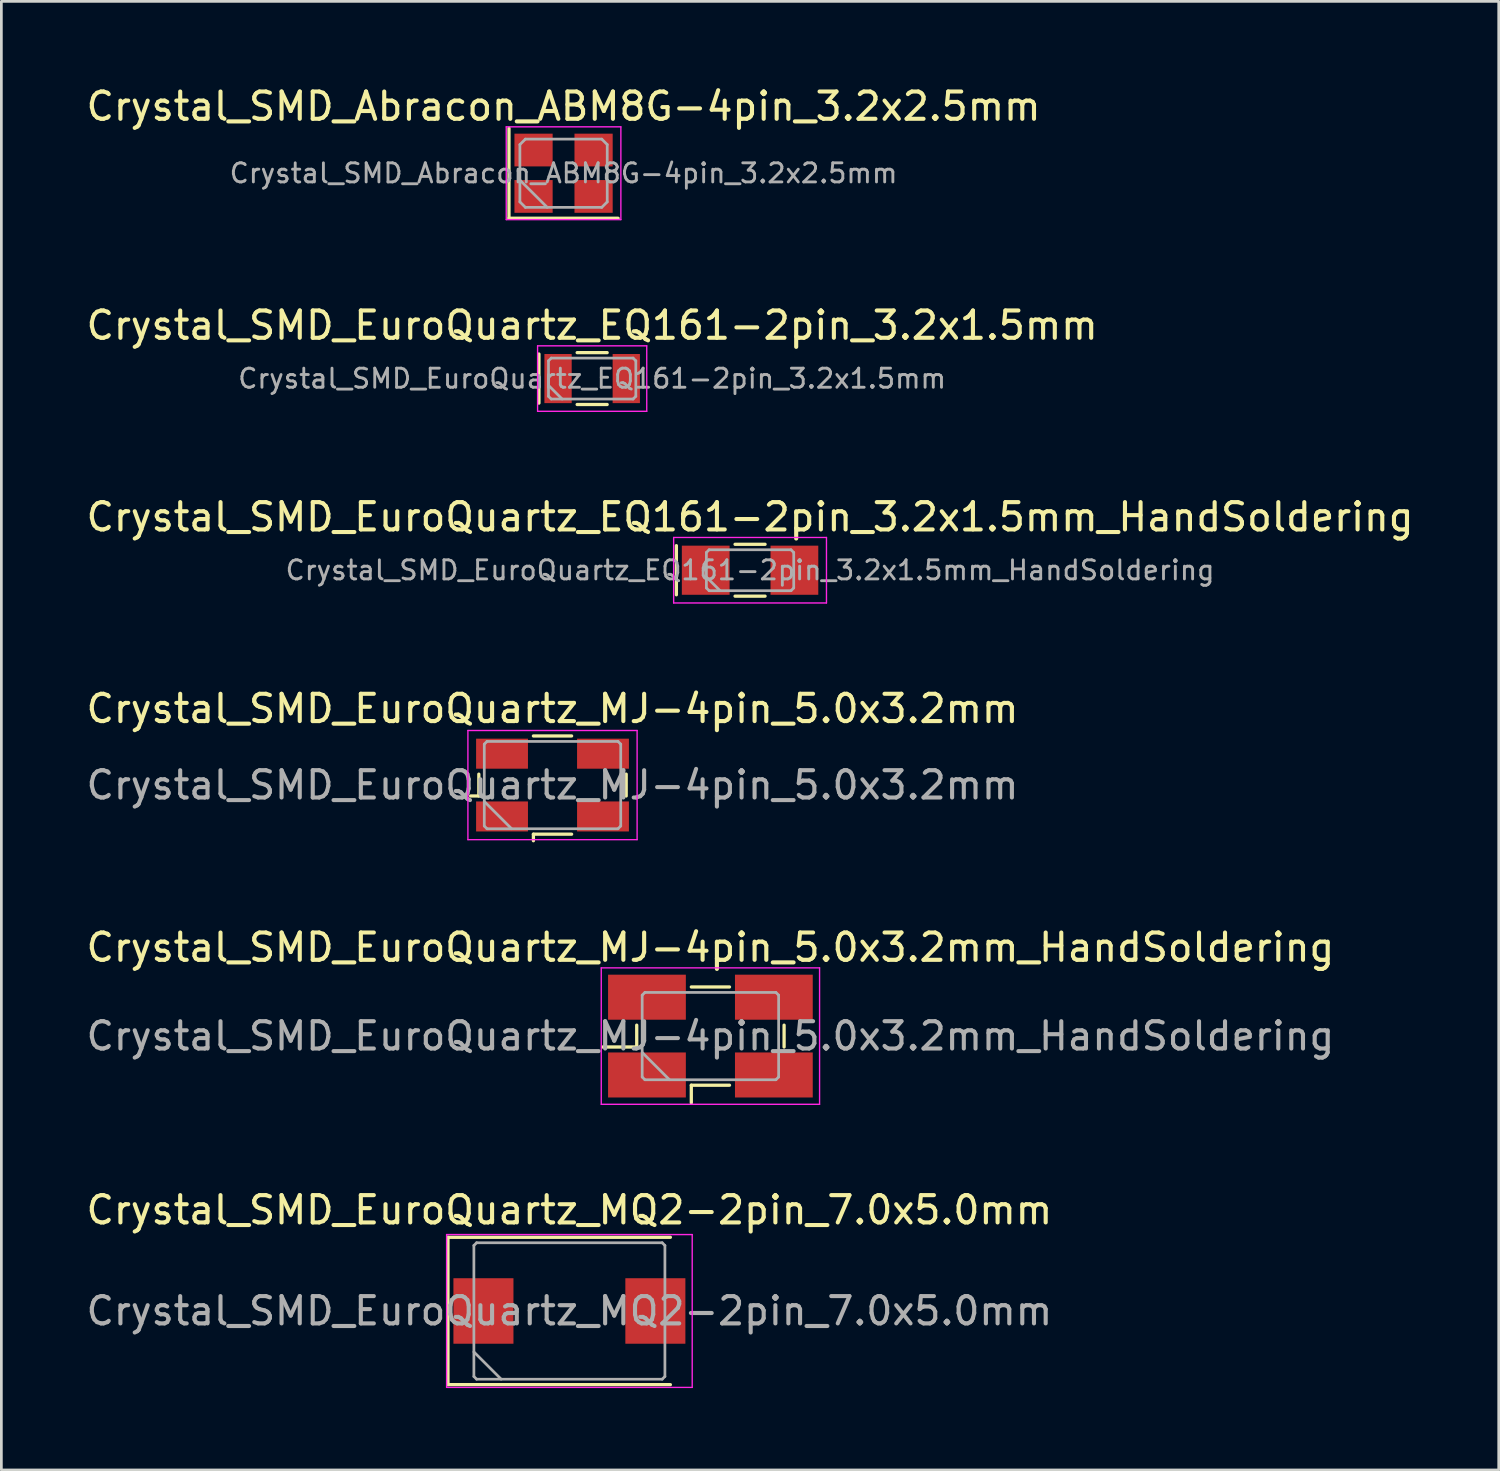
<source format=kicad_pcb>
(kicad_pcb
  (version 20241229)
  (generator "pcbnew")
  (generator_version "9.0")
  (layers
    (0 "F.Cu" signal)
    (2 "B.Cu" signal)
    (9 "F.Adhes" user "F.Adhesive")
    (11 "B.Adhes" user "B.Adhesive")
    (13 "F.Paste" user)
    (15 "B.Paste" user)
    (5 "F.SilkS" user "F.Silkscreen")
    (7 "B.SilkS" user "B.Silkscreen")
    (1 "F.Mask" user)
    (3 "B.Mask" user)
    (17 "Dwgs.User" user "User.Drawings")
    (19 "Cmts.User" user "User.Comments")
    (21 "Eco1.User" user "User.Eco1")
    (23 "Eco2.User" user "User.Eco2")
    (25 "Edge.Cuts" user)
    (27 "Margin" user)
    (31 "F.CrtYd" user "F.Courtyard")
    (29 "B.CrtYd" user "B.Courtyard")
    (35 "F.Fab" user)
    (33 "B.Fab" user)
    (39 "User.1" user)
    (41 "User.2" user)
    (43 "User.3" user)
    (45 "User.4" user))
  (footprint "Crystal_SMD_EuroQuartz_EQ161-2pin_3.2x1.5mm_HandSoldering"
    (layer "F.Cu")
    (at 24.435 17.845)
    (property "Reference" "Crystal_SMD_EuroQuartz_EQ161-2pin_3.2x1.5mm_HandSoldering" (at 0 -1.95 0) (layer "F.SilkS") (effects (font (size 1 1) (thickness 0.15))))
    (attr smd)
    (fp_line (start -2.7 -0.9) (end -2.7 0.9) (stroke (width 0.12) (type solid)) (layer "F.SilkS"))
    (fp_line (start -0.55 -0.95) (end 0.55 -0.95) (stroke (width 0.12) (type solid)) (layer "F.SilkS"))
    (fp_line (start -0.55 0.95) (end 0.55 0.95) (stroke (width 0.12) (type solid)) (layer "F.SilkS"))
    (fp_line (start -2.8 -1.2) (end -2.8 1.2) (stroke (width 0.05) (type solid)) (layer "F.CrtYd"))
    (fp_line (start -2.8 1.2) (end 2.8 1.2) (stroke (width 0.05) (type solid)) (layer "F.CrtYd"))
    (fp_line (start 2.8 -1.2) (end -2.8 -1.2) (stroke (width 0.05) (type solid)) (layer "F.CrtYd"))
    (fp_line (start 2.8 1.2) (end 2.8 -1.2) (stroke (width 0.05) (type solid)) (layer "F.CrtYd"))
    (fp_line (start -1.6 -0.65) (end -1.5 -0.75) (stroke (width 0.1) (type solid)) (layer "F.Fab"))
    (fp_line (start -1.6 0.25) (end -1.1 0.75) (stroke (width 0.1) (type solid)) (layer "F.Fab"))
    (fp_line (start -1.6 0.65) (end -1.6 -0.65) (stroke (width 0.1) (type solid)) (layer "F.Fab"))
    (fp_line (start -1.5 -0.75) (end 1.5 -0.75) (stroke (width 0.1) (type solid)) (layer "F.Fab"))
    (fp_line (start -1.5 0.75) (end -1.6 0.65) (stroke (width 0.1) (type solid)) (layer "F.Fab"))
    (fp_line (start 1.5 -0.75) (end 1.6 -0.65) (stroke (width 0.1) (type solid)) (layer "F.Fab"))
    (fp_line (start 1.5 0.75) (end -1.5 0.75) (stroke (width 0.1) (type solid)) (layer "F.Fab"))
    (fp_line (start 1.6 -0.65) (end 1.6 0.65) (stroke (width 0.1) (type solid)) (layer "F.Fab"))
    (fp_line (start 1.6 0.65) (end 1.5 0.75) (stroke (width 0.1) (type solid)) (layer "F.Fab"))
    (fp_text user "${REFERENCE}" (at 0 0 0) (layer "F.Fab") (effects (font (size 0.7 0.7) (thickness 0.105))))
    (pad "1" smd rect (at -1.625 0) (size 1.75 1.8) (layers "F.Cu" "F.Mask" "F.Paste"))
    (pad "2" smd rect (at 1.625 0) (size 1.75 1.8) (layers "F.Cu" "F.Mask" "F.Paste")))
  (footprint "Crystal_SMD_Abracon_ABM8G-4pin_3.2x2.5mm"
    (layer "F.Cu")
    (at 17.601 3.298)
    (property "Reference" "Crystal_SMD_Abracon_ABM8G-4pin_3.2x2.5mm" (at 0 -2.45 0) (layer "F.SilkS") (effects (font (size 1 1) (thickness 0.15))))
    (attr smd)
    (fp_line (start -2 -1.65) (end -2 1.65) (stroke (width 0.12) (type solid)) (layer "F.SilkS"))
    (fp_line (start -2 1.65) (end 2 1.65) (stroke (width 0.12) (type solid)) (layer "F.SilkS"))
    (fp_line (start -2.1 -1.7) (end -2.1 1.7) (stroke (width 0.05) (type solid)) (layer "F.CrtYd"))
    (fp_line (start -2.1 1.7) (end 2.1 1.7) (stroke (width 0.05) (type solid)) (layer "F.CrtYd"))
    (fp_line (start 2.1 -1.7) (end -2.1 -1.7) (stroke (width 0.05) (type solid)) (layer "F.CrtYd"))
    (fp_line (start 2.1 1.7) (end 2.1 -1.7) (stroke (width 0.05) (type solid)) (layer "F.CrtYd"))
    (fp_line (start -1.6 -1.05) (end -1.4 -1.25) (stroke (width 0.1) (type solid)) (layer "F.Fab"))
    (fp_line (start -1.6 0.25) (end -0.6 1.25) (stroke (width 0.1) (type solid)) (layer "F.Fab"))
    (fp_line (start -1.6 1.05) (end -1.6 -1.05) (stroke (width 0.1) (type solid)) (layer "F.Fab"))
    (fp_line (start -1.4 -1.25) (end 1.4 -1.25) (stroke (width 0.1) (type solid)) (layer "F.Fab"))
    (fp_line (start -1.4 1.25) (end -1.6 1.05) (stroke (width 0.1) (type solid)) (layer "F.Fab"))
    (fp_line (start 1.4 -1.25) (end 1.6 -1.05) (stroke (width 0.1) (type solid)) (layer "F.Fab"))
    (fp_line (start 1.4 1.25) (end -1.4 1.25) (stroke (width 0.1) (type solid)) (layer "F.Fab"))
    (fp_line (start 1.6 -1.05) (end 1.6 1.05) (stroke (width 0.1) (type solid)) (layer "F.Fab"))
    (fp_line (start 1.6 1.05) (end 1.4 1.25) (stroke (width 0.1) (type solid)) (layer "F.Fab"))
    (fp_text user "${REFERENCE}" (at 0 0 0) (layer "F.Fab") (effects (font (size 0.7 0.7) (thickness 0.105))))
    (pad "1" smd rect (at -1.1 0.85) (size 1.4 1.2) (layers "F.Cu" "F.Mask" "F.Paste"))
    (pad "2" smd rect (at 1.1 0.85) (size 1.4 1.2) (layers "F.Cu" "F.Mask" "F.Paste"))
    (pad "3" smd rect (at 1.1 -0.85) (size 1.4 1.2) (layers "F.Cu" "F.Mask" "F.Paste"))
    (pad "4" smd rect (at -1.1 -0.85) (size 1.4 1.2) (layers "F.Cu" "F.Mask" "F.Paste")))
  (footprint "Crystal_SMD_EuroQuartz_MJ-4pin_5.0x3.2mm_HandSoldering"
    (layer "F.Cu")
    (at 22.982 34.916)
    (property "Reference" "Crystal_SMD_EuroQuartz_MJ-4pin_5.0x3.2mm_HandSoldering" (at 0 -3.25 0) (layer "F.SilkS") (effects (font (size 1 1) (thickness 0.15))))
    (attr smd)
    (fp_line (start -3.95 0.4) (end -2.7 0.4) (stroke (width 0.12) (type solid)) (layer "F.SilkS"))
    (fp_line (start -2.7 0.4) (end -2.7 -0.4) (stroke (width 0.12) (type solid)) (layer "F.SilkS"))
    (fp_line (start -0.7 -1.8) (end 0.7 -1.8) (stroke (width 0.12) (type solid)) (layer "F.SilkS"))
    (fp_line (start -0.7 1.8) (end -0.7 2.45) (stroke (width 0.12) (type solid)) (layer "F.SilkS"))
    (fp_line (start 0.7 1.8) (end -0.7 1.8) (stroke (width 0.12) (type solid)) (layer "F.SilkS"))
    (fp_line (start 2.7 -0.4) (end 2.7 0.4) (stroke (width 0.12) (type solid)) (layer "F.SilkS"))
    (fp_line (start -4 -2.5) (end -4 2.5) (stroke (width 0.05) (type solid)) (layer "F.CrtYd"))
    (fp_line (start -4 2.5) (end 4 2.5) (stroke (width 0.05) (type solid)) (layer "F.CrtYd"))
    (fp_line (start 4 -2.5) (end -4 -2.5) (stroke (width 0.05) (type solid)) (layer "F.CrtYd"))
    (fp_line (start 4 2.5) (end 4 -2.5) (stroke (width 0.05) (type solid)) (layer "F.CrtYd"))
    (fp_line (start -2.5 -1.5) (end -2.4 -1.6) (stroke (width 0.1) (type solid)) (layer "F.Fab"))
    (fp_line (start -2.5 0.6) (end -1.5 1.6) (stroke (width 0.1) (type solid)) (layer "F.Fab"))
    (fp_line (start -2.5 1.5) (end -2.5 -1.5) (stroke (width 0.1) (type solid)) (layer "F.Fab"))
    (fp_line (start -2.4 -1.6) (end 2.4 -1.6) (stroke (width 0.1) (type solid)) (layer "F.Fab"))
    (fp_line (start -2.4 1.6) (end -2.5 1.5) (stroke (width 0.1) (type solid)) (layer "F.Fab"))
    (fp_line (start 2.4 -1.6) (end 2.5 -1.5) (stroke (width 0.1) (type solid)) (layer "F.Fab"))
    (fp_line (start 2.4 1.6) (end -2.4 1.6) (stroke (width 0.1) (type solid)) (layer "F.Fab"))
    (fp_line (start 2.5 -1.5) (end 2.5 1.5) (stroke (width 0.1) (type solid)) (layer "F.Fab"))
    (fp_line (start 2.5 1.5) (end 2.4 1.6) (stroke (width 0.1) (type solid)) (layer "F.Fab"))
    (fp_text user "${REFERENCE}" (at 0 0 0) (layer "F.Fab") (effects (font (size 1 1) (thickness 0.15))))
    (pad "1" smd rect (at -2.325 1.425) (size 2.85 1.65) (layers "F.Cu" "F.Mask" "F.Paste"))
    (pad "2" smd rect (at 2.325 1.425) (size 2.85 1.65) (layers "F.Cu" "F.Mask" "F.Paste"))
    (pad "3" smd rect (at 2.325 -1.425) (size 2.85 1.65) (layers "F.Cu" "F.Mask" "F.Paste"))
    (pad "4" smd rect (at -2.325 -1.425) (size 2.85 1.65) (layers "F.Cu" "F.Mask" "F.Paste")))
  (footprint "Crystal_SMD_EuroQuartz_MJ-4pin_5.0x3.2mm"
    (layer "F.Cu")
    (at 17.196 25.718)
    (property "Reference" "Crystal_SMD_EuroQuartz_MJ-4pin_5.0x3.2mm" (at 0 -2.8 0) (layer "F.SilkS") (effects (font (size 1 1) (thickness 0.15))))
    (attr smd)
    (fp_line (start -3 0.4) (end -2.7 0.4) (stroke (width 0.12) (type solid)) (layer "F.SilkS"))
    (fp_line (start -2.7 0.4) (end -2.7 -0.4) (stroke (width 0.12) (type solid)) (layer "F.SilkS"))
    (fp_line (start -0.7 -1.8) (end 0.7 -1.8) (stroke (width 0.12) (type solid)) (layer "F.SilkS"))
    (fp_line (start -0.7 1.8) (end -0.7 2.04) (stroke (width 0.12) (type solid)) (layer "F.SilkS"))
    (fp_line (start 0.7 1.8) (end -0.7 1.8) (stroke (width 0.12) (type solid)) (layer "F.SilkS"))
    (fp_line (start 2.7 -0.4) (end 2.7 0.4) (stroke (width 0.12) (type solid)) (layer "F.SilkS"))
    (fp_line (start -3.1 -2) (end -3.1 2) (stroke (width 0.05) (type solid)) (layer "F.CrtYd"))
    (fp_line (start -3.1 2) (end 3.1 2) (stroke (width 0.05) (type solid)) (layer "F.CrtYd"))
    (fp_line (start 3.1 -2) (end -3.1 -2) (stroke (width 0.05) (type solid)) (layer "F.CrtYd"))
    (fp_line (start 3.1 2) (end 3.1 -2) (stroke (width 0.05) (type solid)) (layer "F.CrtYd"))
    (fp_line (start -2.5 -1.5) (end -2.4 -1.6) (stroke (width 0.1) (type solid)) (layer "F.Fab"))
    (fp_line (start -2.5 0.6) (end -1.5 1.6) (stroke (width 0.1) (type solid)) (layer "F.Fab"))
    (fp_line (start -2.5 1.5) (end -2.5 -1.5) (stroke (width 0.1) (type solid)) (layer "F.Fab"))
    (fp_line (start -2.4 -1.6) (end 2.4 -1.6) (stroke (width 0.1) (type solid)) (layer "F.Fab"))
    (fp_line (start -2.4 1.6) (end -2.5 1.5) (stroke (width 0.1) (type solid)) (layer "F.Fab"))
    (fp_line (start 2.4 -1.6) (end 2.5 -1.5) (stroke (width 0.1) (type solid)) (layer "F.Fab"))
    (fp_line (start 2.4 1.6) (end -2.4 1.6) (stroke (width 0.1) (type solid)) (layer "F.Fab"))
    (fp_line (start 2.5 -1.5) (end 2.5 1.5) (stroke (width 0.1) (type solid)) (layer "F.Fab"))
    (fp_line (start 2.5 1.5) (end 2.4 1.6) (stroke (width 0.1) (type solid)) (layer "F.Fab"))
    (fp_text user "${REFERENCE}" (at 0 0 0) (layer "F.Fab") (effects (font (size 1 1) (thickness 0.15))))
    (pad "1" smd rect (at -1.85 1.15) (size 1.9 1.1) (layers "F.Cu" "F.Mask" "F.Paste"))
    (pad "2" smd rect (at 1.85 1.15) (size 1.9 1.1) (layers "F.Cu" "F.Mask" "F.Paste"))
    (pad "3" smd rect (at 1.85 -1.15) (size 1.9 1.1) (layers "F.Cu" "F.Mask" "F.Paste"))
    (pad "4" smd rect (at -1.85 -1.15) (size 1.9 1.1) (layers "F.Cu" "F.Mask" "F.Paste")))
  (footprint "Crystal_SMD_EuroQuartz_EQ161-2pin_3.2x1.5mm"
    (layer "F.Cu")
    (at 18.649 10.822)
    (property "Reference" "Crystal_SMD_EuroQuartz_EQ161-2pin_3.2x1.5mm" (at 0 -1.95 0) (layer "F.SilkS") (effects (font (size 1 1) (thickness 0.15))))
    (attr smd)
    (fp_line (start -1.95 -0.9) (end -1.95 0.9) (stroke (width 0.12) (type solid)) (layer "F.SilkS"))
    (fp_line (start -0.55 -0.95) (end 0.55 -0.95) (stroke (width 0.12) (type solid)) (layer "F.SilkS"))
    (fp_line (start -0.55 0.95) (end 0.55 0.95) (stroke (width 0.12) (type solid)) (layer "F.SilkS"))
    (fp_line (start -2 -1.2) (end -2 1.2) (stroke (width 0.05) (type solid)) (layer "F.CrtYd"))
    (fp_line (start -2 1.2) (end 2 1.2) (stroke (width 0.05) (type solid)) (layer "F.CrtYd"))
    (fp_line (start 2 -1.2) (end -2 -1.2) (stroke (width 0.05) (type solid)) (layer "F.CrtYd"))
    (fp_line (start 2 1.2) (end 2 -1.2) (stroke (width 0.05) (type solid)) (layer "F.CrtYd"))
    (fp_line (start -1.6 -0.65) (end -1.5 -0.75) (stroke (width 0.1) (type solid)) (layer "F.Fab"))
    (fp_line (start -1.6 0.25) (end -1.1 0.75) (stroke (width 0.1) (type solid)) (layer "F.Fab"))
    (fp_line (start -1.6 0.65) (end -1.6 -0.65) (stroke (width 0.1) (type solid)) (layer "F.Fab"))
    (fp_line (start -1.5 -0.75) (end 1.5 -0.75) (stroke (width 0.1) (type solid)) (layer "F.Fab"))
    (fp_line (start -1.5 0.75) (end -1.6 0.65) (stroke (width 0.1) (type solid)) (layer "F.Fab"))
    (fp_line (start 1.5 -0.75) (end 1.6 -0.65) (stroke (width 0.1) (type solid)) (layer "F.Fab"))
    (fp_line (start 1.5 0.75) (end -1.5 0.75) (stroke (width 0.1) (type solid)) (layer "F.Fab"))
    (fp_line (start 1.6 -0.65) (end 1.6 0.65) (stroke (width 0.1) (type solid)) (layer "F.Fab"))
    (fp_line (start 1.6 0.65) (end 1.5 0.75) (stroke (width 0.1) (type solid)) (layer "F.Fab"))
    (fp_text user "${REFERENCE}" (at 0 0 0) (layer "F.Fab") (effects (font (size 0.7 0.7) (thickness 0.105))))
    (pad "1" smd rect (at -1.25 0) (size 1 1.8) (layers "F.Cu" "F.Mask" "F.Paste"))
    (pad "2" smd rect (at 1.25 0) (size 1 1.8) (layers "F.Cu" "F.Mask" "F.Paste")))
  (footprint "Crystal_SMD_EuroQuartz_MQ2-2pin_7.0x5.0mm"
    (layer "F.Cu")
    (at 17.815 44.989)
    (property "Reference" "Crystal_SMD_EuroQuartz_MQ2-2pin_7.0x5.0mm" (at 0 -3.7 0) (layer "F.SilkS") (effects (font (size 1 1) (thickness 0.15))))
    (attr smd)
    (fp_line (start -4.45 -2.7) (end -4.45 2.7) (stroke (width 0.12) (type solid)) (layer "F.SilkS"))
    (fp_line (start -4.45 2.7) (end 3.7 2.7) (stroke (width 0.12) (type solid)) (layer "F.SilkS"))
    (fp_line (start 3.7 -2.7) (end -4.45 -2.7) (stroke (width 0.12) (type solid)) (layer "F.SilkS"))
    (fp_line (start -4.5 -2.8) (end -4.5 2.8) (stroke (width 0.05) (type solid)) (layer "F.CrtYd"))
    (fp_line (start -4.5 2.8) (end 4.5 2.8) (stroke (width 0.05) (type solid)) (layer "F.CrtYd"))
    (fp_line (start 4.5 -2.8) (end -4.5 -2.8) (stroke (width 0.05) (type solid)) (layer "F.CrtYd"))
    (fp_line (start 4.5 2.8) (end 4.5 -2.8) (stroke (width 0.05) (type solid)) (layer "F.CrtYd"))
    (fp_line (start -3.5 -2.4) (end -3.4 -2.5) (stroke (width 0.1) (type solid)) (layer "F.Fab"))
    (fp_line (start -3.5 1.5) (end -2.5 2.5) (stroke (width 0.1) (type solid)) (layer "F.Fab"))
    (fp_line (start -3.5 2.4) (end -3.5 -2.4) (stroke (width 0.1) (type solid)) (layer "F.Fab"))
    (fp_line (start -3.4 -2.5) (end 3.4 -2.5) (stroke (width 0.1) (type solid)) (layer "F.Fab"))
    (fp_line (start -3.4 2.5) (end -3.5 2.4) (stroke (width 0.1) (type solid)) (layer "F.Fab"))
    (fp_line (start 3.4 -2.5) (end 3.5 -2.4) (stroke (width 0.1) (type solid)) (layer "F.Fab"))
    (fp_line (start 3.4 2.5) (end -3.4 2.5) (stroke (width 0.1) (type solid)) (layer "F.Fab"))
    (fp_line (start 3.5 -2.4) (end 3.5 2.4) (stroke (width 0.1) (type solid)) (layer "F.Fab"))
    (fp_line (start 3.5 2.4) (end 3.4 2.5) (stroke (width 0.1) (type solid)) (layer "F.Fab"))
    (fp_text user "${REFERENCE}" (at 0 0 0) (layer "F.Fab") (effects (font (size 1 1) (thickness 0.15))))
    (pad "1" smd rect (at -3.15 0) (size 2.2 2.4) (layers "F.Cu" "F.Mask" "F.Paste"))
    (pad "2" smd rect (at 3.15 0) (size 2.2 2.4) (layers "F.Cu" "F.Mask" "F.Paste")))
  (gr_rect
    (start -3 -3)
    (end 51.869 50.815)
    (stroke (width 0.1) (type default))
    (fill no)
    (layer "Edge.Cuts")))
</source>
